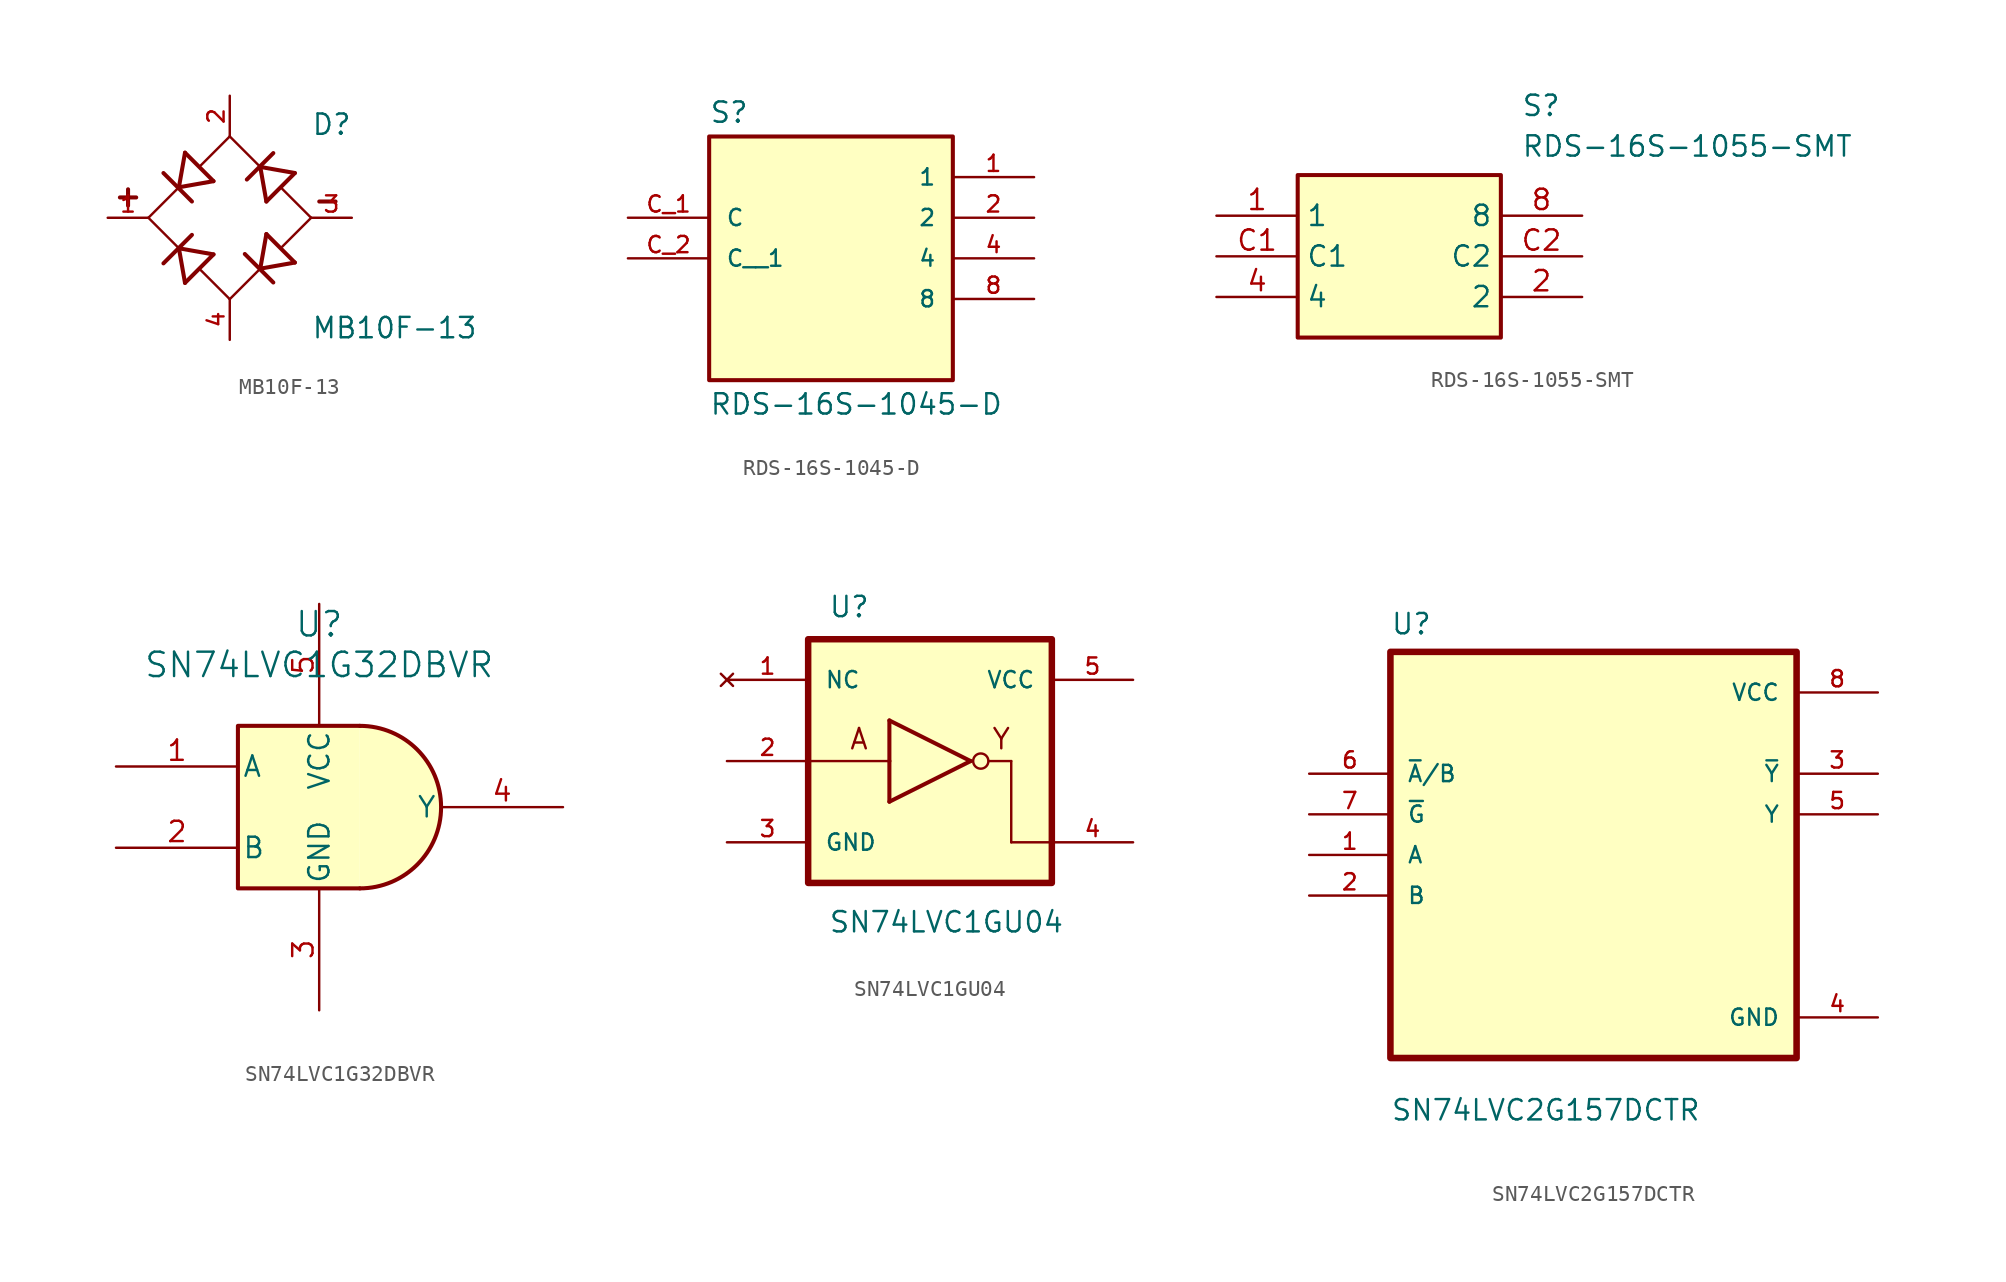
<source format=kicad_sym>
(kicad_symbol_lib
  (version 20220914)
  (generator kicad_symbol_editor)
  (symbol "MB10F-13"
    (pin_names
      (offset 1.016))
    (property "Reference" "D"
      (at 5.08 5.08 0)
      (effects (font (size 1.27 1.27)) (justify left bottom)))
    (property "Value" "MB10F-13"
      (at 5.08 -7.62 0)
      (effects (font (size 1.27 1.27)) (justify left bottom)))
    (symbol "MB10F-13_0_0"
      (polyline (pts (xy -6.858 1.27) (xy -5.842 1.27)) (stroke (width 0.254) (type default)) (fill (type none)))
      (polyline (pts (xy -6.35 0.762) (xy -6.35 1.778)) (stroke (width 0.254) (type default)) (fill (type none)))
      (polyline (pts (xy -5.08 0) (xy -3.175 -1.905)) (stroke (width 0.152) (type default)) (fill (type none)))
      (polyline (pts (xy -3.175 -1.905) (xy -2.794 -4.064)) (stroke (width 0.254) (type default)) (fill (type none)))
      (polyline (pts (xy -3.175 -1.905) (xy -1.016 -2.286)) (stroke (width 0.254) (type default)) (fill (type none)))
      (polyline (pts (xy -3.175 1.905) (xy -5.08 0)) (stroke (width 0.152) (type default)) (fill (type none)))
      (polyline (pts (xy -3.175 1.905) (xy -2.794 4.064)) (stroke (width 0.254) (type default)) (fill (type none)))
      (polyline (pts (xy -3.175 1.905) (xy -1.016 2.286)) (stroke (width 0.254) (type default)) (fill (type none)))
      (polyline (pts (xy -2.362 -1.067) (xy -4.14 -2.845)) (stroke (width 0.254) (type default)) (fill (type none)))
      (polyline (pts (xy -2.362 1.016) (xy -4.14 2.794)) (stroke (width 0.254) (type default)) (fill (type none)))
      (polyline (pts (xy -1.016 -2.286) (xy -2.794 -4.064)) (stroke (width 0.254) (type default)) (fill (type none)))
      (polyline (pts (xy -1.016 2.286) (xy -2.794 4.064)) (stroke (width 0.254) (type default)) (fill (type none)))
      (polyline (pts (xy 0 -5.08) (xy -1.803 -3.277)) (stroke (width 0.152) (type default)) (fill (type none)))
      (polyline (pts (xy 0 -5.08) (xy 1.905 -3.175)) (stroke (width 0.152) (type default)) (fill (type none)))
      (polyline (pts (xy 0 5.08) (xy -1.803 3.277)) (stroke (width 0.152) (type default)) (fill (type none)))
      (polyline (pts (xy 1.905 -3.175) (xy 2.286 -1.016)) (stroke (width 0.254) (type default)) (fill (type none)))
      (polyline (pts (xy 1.905 -3.175) (xy 4.064 -2.794)) (stroke (width 0.254) (type default)) (fill (type none)))
      (polyline (pts (xy 1.905 3.175) (xy 0 5.08)) (stroke (width 0.152) (type default)) (fill (type none)))
      (polyline (pts (xy 1.905 3.175) (xy 2.286 1.016)) (stroke (width 0.254) (type default)) (fill (type none)))
      (polyline (pts (xy 1.905 3.175) (xy 4.064 2.794)) (stroke (width 0.254) (type default)) (fill (type none)))
      (polyline (pts (xy 2.718 -4.039) (xy 0.94 -2.261)) (stroke (width 0.254) (type default)) (fill (type none)))
      (polyline (pts (xy 2.718 4.039) (xy 1.067 2.388)) (stroke (width 0.254) (type default)) (fill (type none)))
      (polyline (pts (xy 3.277 -1.803) (xy 5.08 0)) (stroke (width 0.152) (type default)) (fill (type none)))
      (polyline (pts (xy 4.064 -2.794) (xy 2.286 -1.016)) (stroke (width 0.254) (type default)) (fill (type none)))
      (polyline (pts (xy 4.064 2.794) (xy 2.286 1.016)) (stroke (width 0.254) (type default)) (fill (type none)))
      (polyline (pts (xy 5.08 0) (xy 3.277 1.803)) (stroke (width 0.152) (type default)) (fill (type none)))
      (polyline (pts (xy 5.588 1.016) (xy 6.604 1.016)) (stroke (width 0.254) (type default)) (fill (type none)))
      (pin passive line (at -7.62 0 0) (length 2.54) (name "~" (effects (font (size 1.016 1.016)))) (number "1" (effects (font (size 1.016 1.016)))))
      (pin passive line (at 0 7.62 270) (length 2.54) (name "~" (effects (font (size 1.016 1.016)))) (number "2" (effects (font (size 1.016 1.016)))))
      (pin passive line (at 7.62 0 180) (length 2.54) (name "~" (effects (font (size 1.016 1.016)))) (number "3" (effects (font (size 1.016 1.016)))))
      (pin passive line (at 0 -7.62 90) (length 2.54) (name "~" (effects (font (size 1.016 1.016)))) (number "4" (effects (font (size 1.016 1.016)))))))
  (symbol "RDS-16S-1045-D"
    (pin_names
      (offset 1.016))
    (property "Reference" "S"
      (at -7.62 5.842 0)
      (effects (font (size 1.27 1.27)) (justify left bottom)))
    (property "Value" "RDS-16S-1045-D"
      (at -7.62 -10.922 0)
      (effects (font (size 1.27 1.27)) (justify left top)))
    (symbol "RDS-16S-1045-D_0_0"
      (rectangle (start -7.62 -10.16) (end 7.62 5.08) (stroke (width 0.254) (type default)) (fill (type background)))
      (pin passive line (at 12.7 2.54 180) (length 5.08) (name "1" (effects (font (size 1.016 1.016)))) (number "1" (effects (font (size 1.016 1.016)))))
      (pin passive line (at 12.7 0 180) (length 5.08) (name "2" (effects (font (size 1.016 1.016)))) (number "2" (effects (font (size 1.016 1.016)))))
      (pin passive line (at 12.7 -2.54 180) (length 5.08) (name "4" (effects (font (size 1.016 1.016)))) (number "4" (effects (font (size 1.016 1.016)))))
      (pin passive line (at 12.7 -5.08 180) (length 5.08) (name "8" (effects (font (size 1.016 1.016)))) (number "8" (effects (font (size 1.016 1.016)))))
      (pin passive line (at -12.7 0 0) (length 5.08) (name "C" (effects (font (size 1.016 1.016)))) (number "C_1" (effects (font (size 1.016 1.016)))))
      (pin passive line (at -12.7 -2.54 0) (length 5.08) (name "C__1" (effects (font (size 1.016 1.016)))) (number "C_2" (effects (font (size 1.016 1.016)))))))
  (symbol "RDS-16S-1055-SMT"
    (property "Reference" "S"
      (at 19.05 7.62 0)
      (effects (font (size 1.27 1.27)) (justify left top)))
    (property "Value" "RDS-16S-1055-SMT"
      (at 19.05 5.08 0)
      (effects (font (size 1.27 1.27)) (justify left top)))
    (symbol "RDS-16S-1055-SMT_1_1"
      (rectangle (start 5.08 2.54) (end 17.78 -7.62) (stroke (width 0.254) (type default)) (fill (type background)))
      (pin passive line (at 0 0 0) (length 5.08) (name "1" (effects (font (size 1.27 1.27)))) (number "1" (effects (font (size 1.27 1.27)))))
      (pin passive line (at 22.86 -5.08 180) (length 5.08) (name "2" (effects (font (size 1.27 1.27)))) (number "2" (effects (font (size 1.27 1.27)))))
      (pin passive line (at 0 -5.08 0) (length 5.08) (name "4" (effects (font (size 1.27 1.27)))) (number "4" (effects (font (size 1.27 1.27)))))
      (pin passive line (at 22.86 0 180) (length 5.08) (name "8" (effects (font (size 1.27 1.27)))) (number "8" (effects (font (size 1.27 1.27)))))
      (pin passive line (at 0 -2.54 0) (length 5.08) (name "C1" (effects (font (size 1.27 1.27)))) (number "C1" (effects (font (size 1.27 1.27)))))
      (pin passive line (at 22.86 -2.54 180) (length 5.08) (name "C2" (effects (font (size 1.27 1.27)))) (number "C2" (effects (font (size 1.27 1.27)))))))
  (symbol "SN74LVC1G32DBVR"
    (pin_names
      (offset 0.254))
    (property "Reference" "U"
      (at 25.4 10.16 0)
      (effects (font (size 1.524 1.524))))
    (property "Value" "SN74LVC1G32DBVR"
      (at 25.4 7.62 0)
      (effects (font (size 1.524 1.524))))
    (property "ki_locked" ""
      (at 0 0 0)
      (effects (font (size 1.27 1.27))))
    (symbol "SN74LVC1G32DBVR_0_1"
      (polyline (pts (xy 27.94 -6.35) (xy 20.32 -6.35) (xy 20.32 3.81) (xy 27.94 3.81)) (stroke (width 0.254) (type default)) (fill (type background)))
      (arc (start 27.94 -6.35) (mid 32.9979 -1.27) (end 27.94 3.81) (stroke (width 0.254) (type default)) (fill (type background)))
      (pin input line (at 12.7 1.27 0) (length 7.62) (name "A" (effects (font (size 1.27 1.27)))) (number "1" (effects (font (size 1.27 1.27)))))
      (pin input line (at 12.7 -3.81 0) (length 7.62) (name "B" (effects (font (size 1.27 1.27)))) (number "2" (effects (font (size 1.27 1.27)))))
      (pin power_in line (at 25.4 -13.97 90) (length 7.62) (name "GND" (effects (font (size 1.27 1.27)))) (number "3" (effects (font (size 1.27 1.27)))))
      (pin output line (at 40.64 -1.27 180) (length 7.62) (name "Y" (effects (font (size 1.27 1.27)))) (number "4" (effects (font (size 1.27 1.27)))))
      (pin power_in line (at 25.4 11.43 270) (length 7.62) (name "VCC" (effects (font (size 1.27 1.27)))) (number "5" (effects (font (size 1.27 1.27)))))))
  (symbol "SN74LVC1GU04"
    (pin_names
      (offset 1.016))
    (property "Reference" "U"
      (at -6.359 8.902 0)
      (effects (font (size 1.27 1.27)) (justify left bottom)))
    (property "Value" "SN74LVC1GU04"
      (at -6.36 -10.812 0)
      (effects (font (size 1.27 1.27)) (justify left bottom)))
    (symbol "SN74LVC1GU04_0_0"
      (rectangle (start -7.62 -7.62) (end 7.62 7.62) (stroke (width 0.406) (type default)) (fill (type background)))
      (polyline (pts (xy -2.54 -2.54) (xy -2.54 0)) (stroke (width 0.254) (type default)) (fill (type none)))
      (polyline (pts (xy -2.54 0) (xy -7.62 0)) (stroke (width 0.152) (type default)) (fill (type none)))
      (polyline (pts (xy -2.54 0) (xy -2.54 2.54)) (stroke (width 0.254) (type default)) (fill (type none)))
      (polyline (pts (xy -2.54 2.54) (xy 2.54 0)) (stroke (width 0.254) (type default)) (fill (type none)))
      (polyline (pts (xy 2.54 0) (xy -2.54 -2.54)) (stroke (width 0.254) (type default)) (fill (type none)))
      (polyline (pts (xy 3.683 0) (xy 5.08 0)) (stroke (width 0.152) (type default)) (fill (type none)))
      (polyline (pts (xy 5.08 -5.08) (xy 7.62 -5.08)) (stroke (width 0.152) (type default)) (fill (type none)))
      (polyline (pts (xy 5.08 0) (xy 5.08 -5.08)) (stroke (width 0.152) (type default)) (fill (type none)))
      (circle (center 3.175 0) (radius 0.476) (stroke (width 0.152) (type default)) (fill (type none)))
      (text "A" (at -5.084 0.635 0) (effects (font (size 1.271 1.271)) (justify left bottom)))
      (text "Y" (at 3.813 0.636 0) (effects (font (size 1.271 1.271)) (justify left bottom)))
      (pin no_connect line (at -12.7 5.08 0) (length 5.08) (name "NC" (effects (font (size 1.016 1.016)))) (number "1" (effects (font (size 1.016 1.016)))))
      (pin input line (at -12.7 0 0) (length 5.08) (name "~" (effects (font (size 1.016 1.016)))) (number "2" (effects (font (size 1.016 1.016)))))
      (pin power_in line (at -12.7 -5.08 0) (length 5.08) (name "GND" (effects (font (size 1.016 1.016)))) (number "3" (effects (font (size 1.016 1.016)))))
      (pin output line (at 12.7 -5.08 180) (length 5.08) (name "~" (effects (font (size 1.016 1.016)))) (number "4" (effects (font (size 1.016 1.016)))))
      (pin power_in line (at 12.7 5.08 180) (length 5.08) (name "VCC" (effects (font (size 1.016 1.016)))) (number "5" (effects (font (size 1.016 1.016)))))))
  (symbol "SN74LVC2G157DCTR"
    (pin_names
      (offset 1.016))
    (property "Reference" "U"
      (at -12.7 13.7 0)
      (effects (font (size 1.27 1.27)) (justify left bottom)))
    (property "Value" "SN74LVC2G157DCTR"
      (at -12.7 -16.7 0)
      (effects (font (size 1.27 1.27)) (justify left bottom)))
    (symbol "SN74LVC2G157DCTR_0_0"
      (rectangle (start -12.7 -12.7) (end 12.7 12.7) (stroke (width 0.41) (type default)) (fill (type background)))
      (pin input line (at -17.78 0 0) (length 5.08) (name "A" (effects (font (size 1.016 1.016)))) (number "1" (effects (font (size 1.016 1.016)))))
      (pin input line (at -17.78 -2.54 0) (length 5.08) (name "B" (effects (font (size 1.016 1.016)))) (number "2" (effects (font (size 1.016 1.016)))))
      (pin output line (at 17.78 5.08 180) (length 5.08) (name "~{Y}" (effects (font (size 1.016 1.016)))) (number "3" (effects (font (size 1.016 1.016)))))
      (pin power_in line (at 17.78 -10.16 180) (length 5.08) (name "GND" (effects (font (size 1.016 1.016)))) (number "4" (effects (font (size 1.016 1.016)))))
      (pin output line (at 17.78 2.54 180) (length 5.08) (name "Y" (effects (font (size 1.016 1.016)))) (number "5" (effects (font (size 1.016 1.016)))))
      (pin input line (at -17.78 5.08 0) (length 5.08) (name "~{A}/B" (effects (font (size 1.016 1.016)))) (number "6" (effects (font (size 1.016 1.016)))))
      (pin input line (at -17.78 2.54 0) (length 5.08) (name "~{G}" (effects (font (size 1.016 1.016)))) (number "7" (effects (font (size 1.016 1.016)))))
      (pin power_in line (at 17.78 10.16 180) (length 5.08) (name "VCC" (effects (font (size 1.016 1.016)))) (number "8" (effects (font (size 1.016 1.016))))))))
</source>
